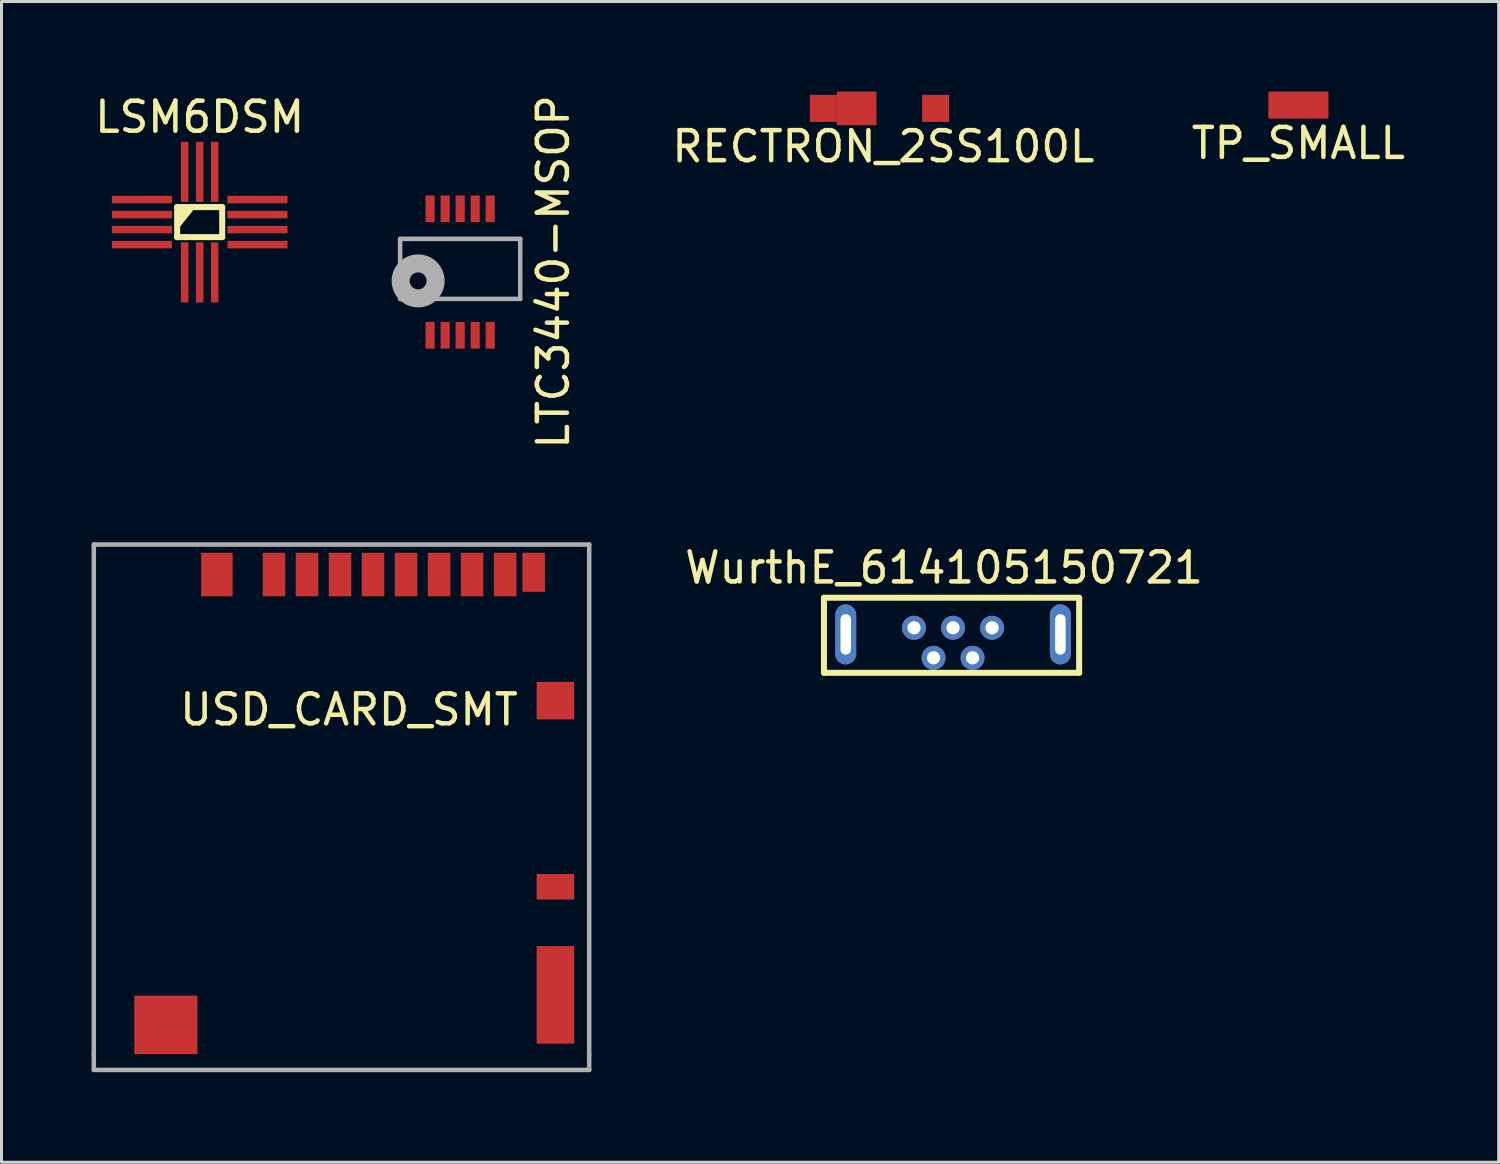
<source format=kicad_pcb>
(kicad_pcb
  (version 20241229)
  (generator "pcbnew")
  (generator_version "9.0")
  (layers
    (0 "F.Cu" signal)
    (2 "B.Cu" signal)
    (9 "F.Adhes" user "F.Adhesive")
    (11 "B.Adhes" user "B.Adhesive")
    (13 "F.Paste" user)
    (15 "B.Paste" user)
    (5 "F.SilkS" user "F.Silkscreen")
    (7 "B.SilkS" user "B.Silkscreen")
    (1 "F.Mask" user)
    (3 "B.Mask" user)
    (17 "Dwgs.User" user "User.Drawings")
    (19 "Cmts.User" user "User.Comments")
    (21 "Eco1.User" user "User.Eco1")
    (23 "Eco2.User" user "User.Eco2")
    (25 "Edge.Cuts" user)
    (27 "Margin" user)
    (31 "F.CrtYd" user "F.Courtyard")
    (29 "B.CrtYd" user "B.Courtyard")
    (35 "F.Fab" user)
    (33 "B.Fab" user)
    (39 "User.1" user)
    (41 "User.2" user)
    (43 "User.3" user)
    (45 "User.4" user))
  (footprint "RECTRON_2SS100L"
    (layer "F.Cu")
    (at 24.374 0.56)
    (property "Reference" "RECTRON_2SS100L" (at 2 1.27 0) (layer "F.SilkS") (effects (font (size 1 1) (thickness 0.15))))
    (attr through_hole)
    (pad "1" smd rect (at 0 0) (size 0.9 0.9) (layers "F.Cu" "F.Mask" "F.Paste"))
    (pad "1" smd rect (at 1.11 0) (size 1.32 1.12) (layers "F.Cu" "F.Mask" "F.Paste"))
    (pad "2" smd rect (at 3.74 0) (size 0.9 0.9) (layers "F.Cu" "F.Mask" "F.Paste")))
  (footprint "USD_CARD_SMT"
    (layer "F.Cu")
    (at 6.075 16.087)
    (property "Reference" "USD_CARD_SMT" (at 2.5 4.5 0) (layer "F.SilkS") (effects (font (size 1 1) (thickness 0.15))))
    (attr through_hole)
    (fp_line (start -6 16) (end -6 -1) (stroke (width 0.15) (type solid)) (layer "F.Fab"))
    (fp_line (start -6 16.5) (end -6 16) (stroke (width 0.15) (type solid)) (layer "F.Fab"))
    (fp_line (start -6 16.5) (end 10.5 16.5) (stroke (width 0.15) (type solid)) (layer "F.Fab"))
    (fp_line (start 10.5 -1) (end -6 -1) (stroke (width 0.15) (type solid)) (layer "F.Fab"))
    (fp_line (start 10.5 -1) (end 10.5 16) (stroke (width 0.15) (type solid)) (layer "F.Fab"))
    (fp_line (start 10.5 16) (end 10.5 16.5) (stroke (width 0.15) (type solid)) (layer "F.Fab"))
    (pad "1" smd rect (at -1.9 0) (size 1.05 1.45) (layers "F.Cu" "F.Mask" "F.Paste"))
    (pad "2" smd rect (at 0 0) (size 0.75 1.45) (layers "F.Cu" "F.Mask" "F.Paste"))
    (pad "3" smd rect (at 1.1 0) (size 0.75 1.45) (layers "F.Cu" "F.Mask" "F.Paste"))
    (pad "4" smd rect (at 2.2 0) (size 0.75 1.45) (layers "F.Cu" "F.Mask" "F.Paste"))
    (pad "5" smd rect (at 3.3 0) (size 0.75 1.45) (layers "F.Cu" "F.Mask" "F.Paste"))
    (pad "6" smd rect (at 4.4 0) (size 0.75 1.45) (layers "F.Cu" "F.Mask" "F.Paste"))
    (pad "7" smd rect (at 5.5 0) (size 0.75 1.45) (layers "F.Cu" "F.Mask" "F.Paste"))
    (pad "8" smd rect (at 6.6 0) (size 0.75 1.45) (layers "F.Cu" "F.Mask" "F.Paste"))
    (pad "9" smd rect (at 7.7 0) (size 0.75 1.45) (layers "F.Cu" "F.Mask" "F.Paste"))
    (pad "10" smd rect (at 8.65 -0.075) (size 0.75 1.3) (layers "F.Cu" "F.Mask" "F.Paste"))
    (pad "11" smd rect (at 9.375 4.2) (size 1.25 1.25) (layers "F.Cu" "F.Mask" "F.Paste"))
    (pad "12" smd rect (at 9.375 10.4) (size 1.25 0.85) (layers "F.Cu" "F.Mask" "F.Paste"))
    (pad "13" smd rect (at 9.375 14) (size 1.25 3.25) (layers "F.Cu" "F.Mask" "F.Paste"))
    (pad "14" smd rect (at -3.6 15) (size 2.1 1.95) (layers "F.Cu" "F.Mask" "F.Paste")))
  (footprint "TP_SMALL"
    (layer "F.Cu")
    (at 40.196 0.45)
    (property "Reference" "TP_SMALL" (at 0 1.27 0) (layer "F.SilkS") (effects (font (size 1 1) (thickness 0.15))))
    (attr through_hole)
    (pad "1" smd rect (at 0 0) (size 2 0.9) (layers "F.Cu" "F.Mask" "F.Paste")))
  (footprint "LTC3440-MSOP"
    (layer "F.Cu")
    (at 11.277 3.906)
    (property "Reference" "LTC3440-MSOP" (at 4.1 2.1 90) (layer "F.SilkS") (effects (font (size 1 1) (thickness 0.15))))
    (attr through_hole)
    (fp_line (start -1 1) (end 3 1) (stroke (width 0.15) (type solid)) (layer "F.Fab"))
    (fp_line (start -1 3) (end -1 1) (stroke (width 0.15) (type solid)) (layer "F.Fab"))
    (fp_line (start 3 1) (end 3 3) (stroke (width 0.15) (type solid)) (layer "F.Fab"))
    (fp_line (start 3 3) (end -1 3) (stroke (width 0.15) (type solid)) (layer "F.Fab"))
    (fp_circle (center -0.4 2.4) (end -0.2 2.2) (stroke (width 0.6) (type solid)) (fill no) (layer "F.Fab"))
    (pad "1" smd rect (at 0 4.211) (size 0.305 0.889) (layers "F.Cu" "F.Mask" "F.Paste"))
    (pad "2" smd rect (at 0.5 4.211) (size 0.305 0.889) (layers "F.Cu" "F.Mask" "F.Paste"))
    (pad "3" smd rect (at 1 4.211) (size 0.305 0.889) (layers "F.Cu" "F.Mask" "F.Paste"))
    (pad "4" smd rect (at 1.5 4.211) (size 0.305 0.889) (layers "F.Cu" "F.Mask" "F.Paste"))
    (pad "5" smd rect (at 2 4.211) (size 0.305 0.889) (layers "F.Cu" "F.Mask" "F.Paste"))
    (pad "6" smd rect (at 2 0) (size 0.305 0.889) (layers "F.Cu" "F.Mask" "F.Paste"))
    (pad "7" smd rect (at 1.5 0) (size 0.305 0.889) (layers "F.Cu" "F.Mask" "F.Paste"))
    (pad "8" smd rect (at 1 0) (size 0.305 0.889) (layers "F.Cu" "F.Mask" "F.Paste"))
    (pad "9" smd rect (at 0.5 0) (size 0.305 0.889) (layers "F.Cu" "F.Mask" "F.Paste"))
    (pad "10" smd rect (at 0 0) (size 0.305 0.889) (layers "F.Cu" "F.Mask" "F.Paste")))
  (footprint "LSM6DSM"
    (layer "F.Cu")
    (at 2.101 3.098)
    (property "Reference" "LSM6DSM" (at 1.5 -2.25 0) (layer "F.SilkS") (effects (font (size 1 1) (thickness 0.15))))
    (attr through_hole)
    (fp_line (start 0.75 0.75) (end 0.75 1.75) (stroke (width 0.2) (type solid)) (layer "F.SilkS"))
    (fp_line (start 0.75 1.75) (end 1 1.75) (stroke (width 0.2) (type solid)) (layer "F.SilkS"))
    (fp_line (start 1 0.75) (end 0.75 0.75) (stroke (width 0.2) (type solid)) (layer "F.SilkS"))
    (fp_line (start 1 0.8) (end 0.8 1) (stroke (width 0.2) (type solid)) (layer "F.SilkS"))
    (fp_line (start 1 1.75) (end 2.25 1.75) (stroke (width 0.2) (type solid)) (layer "F.SilkS"))
    (fp_line (start 1.2 0.8) (end 0.8 1.3) (stroke (width 0.2) (type solid)) (layer "F.SilkS"))
    (fp_line (start 2 0.75) (end 1 0.75) (stroke (width 0.2) (type solid)) (layer "F.SilkS"))
    (fp_line (start 2.25 0.75) (end 2 0.75) (stroke (width 0.2) (type solid)) (layer "F.SilkS"))
    (fp_line (start 2.25 1.75) (end 2.25 0.75) (stroke (width 0.2) (type solid)) (layer "F.SilkS"))
    (pad "1" smd rect (at -0.425 0.5) (size 2 0.25) (layers "F.Cu" "F.Mask" "F.Paste"))
    (pad "2" smd rect (at -0.425 1) (size 2 0.25) (layers "F.Cu" "F.Mask" "F.Paste"))
    (pad "3" smd rect (at -0.425 1.5) (size 2 0.25) (layers "F.Cu" "F.Mask" "F.Paste"))
    (pad "4" smd rect (at -0.425 2) (size 2 0.25) (layers "F.Cu" "F.Mask" "F.Paste"))
    (pad "5" smd rect (at 1 2.925) (size 0.25 2) (layers "F.Cu" "F.Mask" "F.Paste"))
    (pad "6" smd rect (at 1.5 2.925) (size 0.25 2) (layers "F.Cu" "F.Mask" "F.Paste"))
    (pad "7" smd rect (at 2 2.925) (size 0.25 2) (layers "F.Cu" "F.Mask" "F.Paste"))
    (pad "8" smd rect (at 3.425 2) (size 2 0.25) (layers "F.Cu" "F.Mask" "F.Paste"))
    (pad "9" smd rect (at 3.425 1.5) (size 2 0.25) (layers "F.Cu" "F.Mask" "F.Paste"))
    (pad "10" smd rect (at 3.425 1) (size 2 0.25) (layers "F.Cu" "F.Mask" "F.Paste"))
    (pad "11" smd rect (at 3.425 0.5) (size 2 0.25) (layers "F.Cu" "F.Mask" "F.Paste"))
    (pad "12" smd rect (at 2 -0.425) (size 0.25 2) (layers "F.Cu" "F.Mask" "F.Paste"))
    (pad "13" smd rect (at 1.5 -0.425) (size 0.25 2) (layers "F.Cu" "F.Mask" "F.Paste"))
    (pad "14" smd rect (at 1 -0.425) (size 0.25 2) (layers "F.Cu" "F.Mask" "F.Paste")))
  (footprint "WurthE_614105150721"
    (layer "F.Cu")
    (at 27.394 17.86)
    (property "Reference" "WurthE_614105150721" (at 1 -2 0) (layer "F.SilkS") (effects (font (size 1 1) (thickness 0.15))))
    (attr through_hole)
    (fp_line (start -3 -1) (end 5.5 -1) (stroke (width 0.2) (type solid)) (layer "F.SilkS"))
    (fp_line (start -3 1.5) (end -3 -1) (stroke (width 0.2) (type solid)) (layer "F.SilkS"))
    (fp_line (start 5.5 -1) (end 5.5 1.5) (stroke (width 0.2) (type solid)) (layer "F.SilkS"))
    (fp_line (start 5.5 1.5) (end -3 1.5) (stroke (width 0.2) (type solid)) (layer "F.SilkS"))
    (pad "1" thru_hole circle (at 0 0) (size 0.8 0.8) (drill 0.44) (layers "*.Cu" "*.Mask"))
    (pad "2" thru_hole circle (at 0.65 1) (size 0.8 0.8) (drill 0.44) (layers "*.Cu" "*.Mask"))
    (pad "3" thru_hole circle (at 1.3 0) (size 0.8 0.8) (drill 0.44) (layers "*.Cu" "*.Mask"))
    (pad "4" thru_hole circle (at 1.95 1) (size 0.8 0.8) (drill 0.44) (layers "*.Cu" "*.Mask"))
    (pad "5" thru_hole circle (at 2.6 0) (size 0.8 0.8) (drill 0.44) (layers "*.Cu" "*.Mask"))
    (pad "6" thru_hole oval (at -2.275 0.22) (size 0.7 2) (drill oval 0.35 1.35) (layers "*.Cu" "*.Mask"))
    (pad "6" thru_hole oval (at 4.875 0.22) (size 0.7 2) (drill oval 0.35 1.35) (layers "*.Cu" "*.Mask")))
  (gr_rect
    (start -3 -3)
    (end 46.868 35.662)
    (stroke (width 0.1) (type default))
    (fill no)
    (layer "Edge.Cuts")))
</source>
